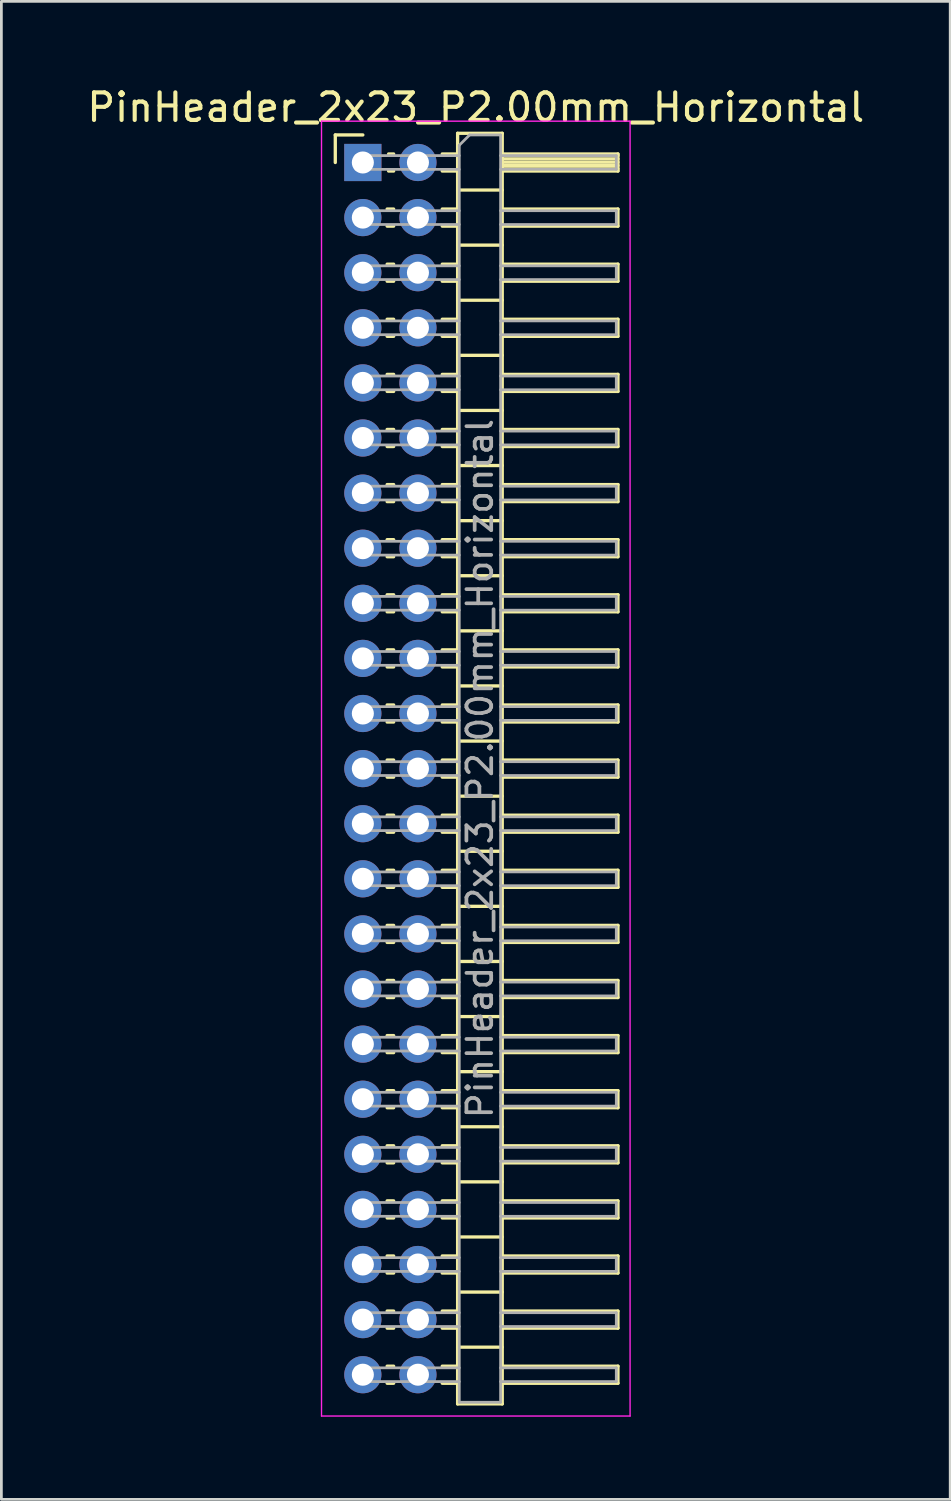
<source format=kicad_pcb>
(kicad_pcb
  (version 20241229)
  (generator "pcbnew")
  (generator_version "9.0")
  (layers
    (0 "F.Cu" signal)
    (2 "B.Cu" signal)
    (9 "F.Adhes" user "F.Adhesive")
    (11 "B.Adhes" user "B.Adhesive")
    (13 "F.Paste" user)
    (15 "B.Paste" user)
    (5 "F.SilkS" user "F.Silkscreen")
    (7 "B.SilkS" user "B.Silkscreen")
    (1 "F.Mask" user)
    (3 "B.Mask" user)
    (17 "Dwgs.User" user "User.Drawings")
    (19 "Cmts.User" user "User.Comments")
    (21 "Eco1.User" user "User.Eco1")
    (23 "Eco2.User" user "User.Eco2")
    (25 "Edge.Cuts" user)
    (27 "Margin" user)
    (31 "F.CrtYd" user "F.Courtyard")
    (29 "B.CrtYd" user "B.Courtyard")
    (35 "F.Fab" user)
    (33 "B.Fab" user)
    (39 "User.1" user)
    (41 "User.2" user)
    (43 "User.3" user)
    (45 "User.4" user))
  (footprint "PinHeader_2x23_P2.00mm_Horizontal"
    (layer "F.Cu")
    (at 10.12 2.848)
    (property "Reference" "PinHeader_2x23_P2.00mm_Horizontal" (at 4.1 -2 0) (layer "F.SilkS") (effects (font (size 1 1) (thickness 0.15))))
    (attr through_hole)
    (fp_line (start -1 -1) (end 0 -1) (stroke (width 0.12) (type solid)) (layer "F.SilkS"))
    (fp_line (start -1 0) (end -1 -1) (stroke (width 0.12) (type solid)) (layer "F.SilkS"))
    (fp_line (start 0.882 1.69) (end 1.118 1.69) (stroke (width 0.12) (type solid)) (layer "F.SilkS"))
    (fp_line (start 0.882 2.31) (end 1.118 2.31) (stroke (width 0.12) (type solid)) (layer "F.SilkS"))
    (fp_line (start 0.882 3.69) (end 1.118 3.69) (stroke (width 0.12) (type solid)) (layer "F.SilkS"))
    (fp_line (start 0.882 4.31) (end 1.118 4.31) (stroke (width 0.12) (type solid)) (layer "F.SilkS"))
    (fp_line (start 0.882 5.69) (end 1.118 5.69) (stroke (width 0.12) (type solid)) (layer "F.SilkS"))
    (fp_line (start 0.882 6.31) (end 1.118 6.31) (stroke (width 0.12) (type solid)) (layer "F.SilkS"))
    (fp_line (start 0.882 7.69) (end 1.118 7.69) (stroke (width 0.12) (type solid)) (layer "F.SilkS"))
    (fp_line (start 0.882 8.31) (end 1.118 8.31) (stroke (width 0.12) (type solid)) (layer "F.SilkS"))
    (fp_line (start 0.882 9.69) (end 1.118 9.69) (stroke (width 0.12) (type solid)) (layer "F.SilkS"))
    (fp_line (start 0.882 10.31) (end 1.118 10.31) (stroke (width 0.12) (type solid)) (layer "F.SilkS"))
    (fp_line (start 0.882 11.69) (end 1.118 11.69) (stroke (width 0.12) (type solid)) (layer "F.SilkS"))
    (fp_line (start 0.882 12.31) (end 1.118 12.31) (stroke (width 0.12) (type solid)) (layer "F.SilkS"))
    (fp_line (start 0.882 13.69) (end 1.118 13.69) (stroke (width 0.12) (type solid)) (layer "F.SilkS"))
    (fp_line (start 0.882 14.31) (end 1.118 14.31) (stroke (width 0.12) (type solid)) (layer "F.SilkS"))
    (fp_line (start 0.882 15.69) (end 1.118 15.69) (stroke (width 0.12) (type solid)) (layer "F.SilkS"))
    (fp_line (start 0.882 16.31) (end 1.118 16.31) (stroke (width 0.12) (type solid)) (layer "F.SilkS"))
    (fp_line (start 0.882 17.69) (end 1.118 17.69) (stroke (width 0.12) (type solid)) (layer "F.SilkS"))
    (fp_line (start 0.882 18.31) (end 1.118 18.31) (stroke (width 0.12) (type solid)) (layer "F.SilkS"))
    (fp_line (start 0.882 19.69) (end 1.118 19.69) (stroke (width 0.12) (type solid)) (layer "F.SilkS"))
    (fp_line (start 0.882 20.31) (end 1.118 20.31) (stroke (width 0.12) (type solid)) (layer "F.SilkS"))
    (fp_line (start 0.882 21.69) (end 1.118 21.69) (stroke (width 0.12) (type solid)) (layer "F.SilkS"))
    (fp_line (start 0.882 22.31) (end 1.118 22.31) (stroke (width 0.12) (type solid)) (layer "F.SilkS"))
    (fp_line (start 0.882 23.69) (end 1.118 23.69) (stroke (width 0.12) (type solid)) (layer "F.SilkS"))
    (fp_line (start 0.882 24.31) (end 1.118 24.31) (stroke (width 0.12) (type solid)) (layer "F.SilkS"))
    (fp_line (start 0.882 25.69) (end 1.118 25.69) (stroke (width 0.12) (type solid)) (layer "F.SilkS"))
    (fp_line (start 0.882 26.31) (end 1.118 26.31) (stroke (width 0.12) (type solid)) (layer "F.SilkS"))
    (fp_line (start 0.882 27.69) (end 1.118 27.69) (stroke (width 0.12) (type solid)) (layer "F.SilkS"))
    (fp_line (start 0.882 28.31) (end 1.118 28.31) (stroke (width 0.12) (type solid)) (layer "F.SilkS"))
    (fp_line (start 0.882 29.69) (end 1.118 29.69) (stroke (width 0.12) (type solid)) (layer "F.SilkS"))
    (fp_line (start 0.882 30.31) (end 1.118 30.31) (stroke (width 0.12) (type solid)) (layer "F.SilkS"))
    (fp_line (start 0.882 31.69) (end 1.118 31.69) (stroke (width 0.12) (type solid)) (layer "F.SilkS"))
    (fp_line (start 0.882 32.31) (end 1.118 32.31) (stroke (width 0.12) (type solid)) (layer "F.SilkS"))
    (fp_line (start 0.882 33.69) (end 1.118 33.69) (stroke (width 0.12) (type solid)) (layer "F.SilkS"))
    (fp_line (start 0.882 34.31) (end 1.118 34.31) (stroke (width 0.12) (type solid)) (layer "F.SilkS"))
    (fp_line (start 0.882 35.69) (end 1.118 35.69) (stroke (width 0.12) (type solid)) (layer "F.SilkS"))
    (fp_line (start 0.882 36.31) (end 1.118 36.31) (stroke (width 0.12) (type solid)) (layer "F.SilkS"))
    (fp_line (start 0.882 37.69) (end 1.118 37.69) (stroke (width 0.12) (type solid)) (layer "F.SilkS"))
    (fp_line (start 0.882 38.31) (end 1.118 38.31) (stroke (width 0.12) (type solid)) (layer "F.SilkS"))
    (fp_line (start 0.882 39.69) (end 1.118 39.69) (stroke (width 0.12) (type solid)) (layer "F.SilkS"))
    (fp_line (start 0.882 40.31) (end 1.118 40.31) (stroke (width 0.12) (type solid)) (layer "F.SilkS"))
    (fp_line (start 0.882 41.69) (end 1.118 41.69) (stroke (width 0.12) (type solid)) (layer "F.SilkS"))
    (fp_line (start 0.882 42.31) (end 1.118 42.31) (stroke (width 0.12) (type solid)) (layer "F.SilkS"))
    (fp_line (start 0.882 43.69) (end 1.118 43.69) (stroke (width 0.12) (type solid)) (layer "F.SilkS"))
    (fp_line (start 0.882 44.31) (end 1.118 44.31) (stroke (width 0.12) (type solid)) (layer "F.SilkS"))
    (fp_line (start 0.935 -0.31) (end 1.118 -0.31) (stroke (width 0.12) (type solid)) (layer "F.SilkS"))
    (fp_line (start 0.935 0.31) (end 1.118 0.31) (stroke (width 0.12) (type solid)) (layer "F.SilkS"))
    (fp_line (start 2.882 -0.31) (end 3.44 -0.31) (stroke (width 0.12) (type solid)) (layer "F.SilkS"))
    (fp_line (start 2.882 0.31) (end 3.44 0.31) (stroke (width 0.12) (type solid)) (layer "F.SilkS"))
    (fp_line (start 2.882 1.69) (end 3.44 1.69) (stroke (width 0.12) (type solid)) (layer "F.SilkS"))
    (fp_line (start 2.882 2.31) (end 3.44 2.31) (stroke (width 0.12) (type solid)) (layer "F.SilkS"))
    (fp_line (start 2.882 3.69) (end 3.44 3.69) (stroke (width 0.12) (type solid)) (layer "F.SilkS"))
    (fp_line (start 2.882 4.31) (end 3.44 4.31) (stroke (width 0.12) (type solid)) (layer "F.SilkS"))
    (fp_line (start 2.882 5.69) (end 3.44 5.69) (stroke (width 0.12) (type solid)) (layer "F.SilkS"))
    (fp_line (start 2.882 6.31) (end 3.44 6.31) (stroke (width 0.12) (type solid)) (layer "F.SilkS"))
    (fp_line (start 2.882 7.69) (end 3.44 7.69) (stroke (width 0.12) (type solid)) (layer "F.SilkS"))
    (fp_line (start 2.882 8.31) (end 3.44 8.31) (stroke (width 0.12) (type solid)) (layer "F.SilkS"))
    (fp_line (start 2.882 9.69) (end 3.44 9.69) (stroke (width 0.12) (type solid)) (layer "F.SilkS"))
    (fp_line (start 2.882 10.31) (end 3.44 10.31) (stroke (width 0.12) (type solid)) (layer "F.SilkS"))
    (fp_line (start 2.882 11.69) (end 3.44 11.69) (stroke (width 0.12) (type solid)) (layer "F.SilkS"))
    (fp_line (start 2.882 12.31) (end 3.44 12.31) (stroke (width 0.12) (type solid)) (layer "F.SilkS"))
    (fp_line (start 2.882 13.69) (end 3.44 13.69) (stroke (width 0.12) (type solid)) (layer "F.SilkS"))
    (fp_line (start 2.882 14.31) (end 3.44 14.31) (stroke (width 0.12) (type solid)) (layer "F.SilkS"))
    (fp_line (start 2.882 15.69) (end 3.44 15.69) (stroke (width 0.12) (type solid)) (layer "F.SilkS"))
    (fp_line (start 2.882 16.31) (end 3.44 16.31) (stroke (width 0.12) (type solid)) (layer "F.SilkS"))
    (fp_line (start 2.882 17.69) (end 3.44 17.69) (stroke (width 0.12) (type solid)) (layer "F.SilkS"))
    (fp_line (start 2.882 18.31) (end 3.44 18.31) (stroke (width 0.12) (type solid)) (layer "F.SilkS"))
    (fp_line (start 2.882 19.69) (end 3.44 19.69) (stroke (width 0.12) (type solid)) (layer "F.SilkS"))
    (fp_line (start 2.882 20.31) (end 3.44 20.31) (stroke (width 0.12) (type solid)) (layer "F.SilkS"))
    (fp_line (start 2.882 21.69) (end 3.44 21.69) (stroke (width 0.12) (type solid)) (layer "F.SilkS"))
    (fp_line (start 2.882 22.31) (end 3.44 22.31) (stroke (width 0.12) (type solid)) (layer "F.SilkS"))
    (fp_line (start 2.882 23.69) (end 3.44 23.69) (stroke (width 0.12) (type solid)) (layer "F.SilkS"))
    (fp_line (start 2.882 24.31) (end 3.44 24.31) (stroke (width 0.12) (type solid)) (layer "F.SilkS"))
    (fp_line (start 2.882 25.69) (end 3.44 25.69) (stroke (width 0.12) (type solid)) (layer "F.SilkS"))
    (fp_line (start 2.882 26.31) (end 3.44 26.31) (stroke (width 0.12) (type solid)) (layer "F.SilkS"))
    (fp_line (start 2.882 27.69) (end 3.44 27.69) (stroke (width 0.12) (type solid)) (layer "F.SilkS"))
    (fp_line (start 2.882 28.31) (end 3.44 28.31) (stroke (width 0.12) (type solid)) (layer "F.SilkS"))
    (fp_line (start 2.882 29.69) (end 3.44 29.69) (stroke (width 0.12) (type solid)) (layer "F.SilkS"))
    (fp_line (start 2.882 30.31) (end 3.44 30.31) (stroke (width 0.12) (type solid)) (layer "F.SilkS"))
    (fp_line (start 2.882 31.69) (end 3.44 31.69) (stroke (width 0.12) (type solid)) (layer "F.SilkS"))
    (fp_line (start 2.882 32.31) (end 3.44 32.31) (stroke (width 0.12) (type solid)) (layer "F.SilkS"))
    (fp_line (start 2.882 33.69) (end 3.44 33.69) (stroke (width 0.12) (type solid)) (layer "F.SilkS"))
    (fp_line (start 2.882 34.31) (end 3.44 34.31) (stroke (width 0.12) (type solid)) (layer "F.SilkS"))
    (fp_line (start 2.882 35.69) (end 3.44 35.69) (stroke (width 0.12) (type solid)) (layer "F.SilkS"))
    (fp_line (start 2.882 36.31) (end 3.44 36.31) (stroke (width 0.12) (type solid)) (layer "F.SilkS"))
    (fp_line (start 2.882 37.69) (end 3.44 37.69) (stroke (width 0.12) (type solid)) (layer "F.SilkS"))
    (fp_line (start 2.882 38.31) (end 3.44 38.31) (stroke (width 0.12) (type solid)) (layer "F.SilkS"))
    (fp_line (start 2.882 39.69) (end 3.44 39.69) (stroke (width 0.12) (type solid)) (layer "F.SilkS"))
    (fp_line (start 2.882 40.31) (end 3.44 40.31) (stroke (width 0.12) (type solid)) (layer "F.SilkS"))
    (fp_line (start 2.882 41.69) (end 3.44 41.69) (stroke (width 0.12) (type solid)) (layer "F.SilkS"))
    (fp_line (start 2.882 42.31) (end 3.44 42.31) (stroke (width 0.12) (type solid)) (layer "F.SilkS"))
    (fp_line (start 2.882 43.69) (end 3.44 43.69) (stroke (width 0.12) (type solid)) (layer "F.SilkS"))
    (fp_line (start 2.882 44.31) (end 3.44 44.31) (stroke (width 0.12) (type solid)) (layer "F.SilkS"))
    (fp_line (start 3.44 -1.06) (end 3.44 45.06) (stroke (width 0.12) (type solid)) (layer "F.SilkS"))
    (fp_line (start 3.44 1) (end 5.06 1) (stroke (width 0.12) (type solid)) (layer "F.SilkS"))
    (fp_line (start 3.44 3) (end 5.06 3) (stroke (width 0.12) (type solid)) (layer "F.SilkS"))
    (fp_line (start 3.44 5) (end 5.06 5) (stroke (width 0.12) (type solid)) (layer "F.SilkS"))
    (fp_line (start 3.44 7) (end 5.06 7) (stroke (width 0.12) (type solid)) (layer "F.SilkS"))
    (fp_line (start 3.44 9) (end 5.06 9) (stroke (width 0.12) (type solid)) (layer "F.SilkS"))
    (fp_line (start 3.44 11) (end 5.06 11) (stroke (width 0.12) (type solid)) (layer "F.SilkS"))
    (fp_line (start 3.44 13) (end 5.06 13) (stroke (width 0.12) (type solid)) (layer "F.SilkS"))
    (fp_line (start 3.44 15) (end 5.06 15) (stroke (width 0.12) (type solid)) (layer "F.SilkS"))
    (fp_line (start 3.44 17) (end 5.06 17) (stroke (width 0.12) (type solid)) (layer "F.SilkS"))
    (fp_line (start 3.44 19) (end 5.06 19) (stroke (width 0.12) (type solid)) (layer "F.SilkS"))
    (fp_line (start 3.44 21) (end 5.06 21) (stroke (width 0.12) (type solid)) (layer "F.SilkS"))
    (fp_line (start 3.44 23) (end 5.06 23) (stroke (width 0.12) (type solid)) (layer "F.SilkS"))
    (fp_line (start 3.44 25) (end 5.06 25) (stroke (width 0.12) (type solid)) (layer "F.SilkS"))
    (fp_line (start 3.44 27) (end 5.06 27) (stroke (width 0.12) (type solid)) (layer "F.SilkS"))
    (fp_line (start 3.44 29) (end 5.06 29) (stroke (width 0.12) (type solid)) (layer "F.SilkS"))
    (fp_line (start 3.44 31) (end 5.06 31) (stroke (width 0.12) (type solid)) (layer "F.SilkS"))
    (fp_line (start 3.44 33) (end 5.06 33) (stroke (width 0.12) (type solid)) (layer "F.SilkS"))
    (fp_line (start 3.44 35) (end 5.06 35) (stroke (width 0.12) (type solid)) (layer "F.SilkS"))
    (fp_line (start 3.44 37) (end 5.06 37) (stroke (width 0.12) (type solid)) (layer "F.SilkS"))
    (fp_line (start 3.44 39) (end 5.06 39) (stroke (width 0.12) (type solid)) (layer "F.SilkS"))
    (fp_line (start 3.44 41) (end 5.06 41) (stroke (width 0.12) (type solid)) (layer "F.SilkS"))
    (fp_line (start 3.44 43) (end 5.06 43) (stroke (width 0.12) (type solid)) (layer "F.SilkS"))
    (fp_line (start 3.44 45.06) (end 5.06 45.06) (stroke (width 0.12) (type solid)) (layer "F.SilkS"))
    (fp_line (start 5.06 -1.06) (end 3.44 -1.06) (stroke (width 0.12) (type solid)) (layer "F.SilkS"))
    (fp_line (start 5.06 -0.31) (end 9.26 -0.31) (stroke (width 0.12) (type solid)) (layer "F.SilkS"))
    (fp_line (start 5.06 -0.25) (end 9.26 -0.25) (stroke (width 0.12) (type solid)) (layer "F.SilkS"))
    (fp_line (start 5.06 -0.13) (end 9.26 -0.13) (stroke (width 0.12) (type solid)) (layer "F.SilkS"))
    (fp_line (start 5.06 -0.01) (end 9.26 -0.01) (stroke (width 0.12) (type solid)) (layer "F.SilkS"))
    (fp_line (start 5.06 0.11) (end 9.26 0.11) (stroke (width 0.12) (type solid)) (layer "F.SilkS"))
    (fp_line (start 5.06 0.23) (end 9.26 0.23) (stroke (width 0.12) (type solid)) (layer "F.SilkS"))
    (fp_line (start 5.06 1.69) (end 9.26 1.69) (stroke (width 0.12) (type solid)) (layer "F.SilkS"))
    (fp_line (start 5.06 3.69) (end 9.26 3.69) (stroke (width 0.12) (type solid)) (layer "F.SilkS"))
    (fp_line (start 5.06 5.69) (end 9.26 5.69) (stroke (width 0.12) (type solid)) (layer "F.SilkS"))
    (fp_line (start 5.06 7.69) (end 9.26 7.69) (stroke (width 0.12) (type solid)) (layer "F.SilkS"))
    (fp_line (start 5.06 9.69) (end 9.26 9.69) (stroke (width 0.12) (type solid)) (layer "F.SilkS"))
    (fp_line (start 5.06 11.69) (end 9.26 11.69) (stroke (width 0.12) (type solid)) (layer "F.SilkS"))
    (fp_line (start 5.06 13.69) (end 9.26 13.69) (stroke (width 0.12) (type solid)) (layer "F.SilkS"))
    (fp_line (start 5.06 15.69) (end 9.26 15.69) (stroke (width 0.12) (type solid)) (layer "F.SilkS"))
    (fp_line (start 5.06 17.69) (end 9.26 17.69) (stroke (width 0.12) (type solid)) (layer "F.SilkS"))
    (fp_line (start 5.06 19.69) (end 9.26 19.69) (stroke (width 0.12) (type solid)) (layer "F.SilkS"))
    (fp_line (start 5.06 21.69) (end 9.26 21.69) (stroke (width 0.12) (type solid)) (layer "F.SilkS"))
    (fp_line (start 5.06 23.69) (end 9.26 23.69) (stroke (width 0.12) (type solid)) (layer "F.SilkS"))
    (fp_line (start 5.06 25.69) (end 9.26 25.69) (stroke (width 0.12) (type solid)) (layer "F.SilkS"))
    (fp_line (start 5.06 27.69) (end 9.26 27.69) (stroke (width 0.12) (type solid)) (layer "F.SilkS"))
    (fp_line (start 5.06 29.69) (end 9.26 29.69) (stroke (width 0.12) (type solid)) (layer "F.SilkS"))
    (fp_line (start 5.06 31.69) (end 9.26 31.69) (stroke (width 0.12) (type solid)) (layer "F.SilkS"))
    (fp_line (start 5.06 33.69) (end 9.26 33.69) (stroke (width 0.12) (type solid)) (layer "F.SilkS"))
    (fp_line (start 5.06 35.69) (end 9.26 35.69) (stroke (width 0.12) (type solid)) (layer "F.SilkS"))
    (fp_line (start 5.06 37.69) (end 9.26 37.69) (stroke (width 0.12) (type solid)) (layer "F.SilkS"))
    (fp_line (start 5.06 39.69) (end 9.26 39.69) (stroke (width 0.12) (type solid)) (layer "F.SilkS"))
    (fp_line (start 5.06 41.69) (end 9.26 41.69) (stroke (width 0.12) (type solid)) (layer "F.SilkS"))
    (fp_line (start 5.06 43.69) (end 9.26 43.69) (stroke (width 0.12) (type solid)) (layer "F.SilkS"))
    (fp_line (start 5.06 45.06) (end 5.06 -1.06) (stroke (width 0.12) (type solid)) (layer "F.SilkS"))
    (fp_line (start 9.26 -0.31) (end 9.26 0.31) (stroke (width 0.12) (type solid)) (layer "F.SilkS"))
    (fp_line (start 9.26 0.31) (end 5.06 0.31) (stroke (width 0.12) (type solid)) (layer "F.SilkS"))
    (fp_line (start 9.26 1.69) (end 9.26 2.31) (stroke (width 0.12) (type solid)) (layer "F.SilkS"))
    (fp_line (start 9.26 2.31) (end 5.06 2.31) (stroke (width 0.12) (type solid)) (layer "F.SilkS"))
    (fp_line (start 9.26 3.69) (end 9.26 4.31) (stroke (width 0.12) (type solid)) (layer "F.SilkS"))
    (fp_line (start 9.26 4.31) (end 5.06 4.31) (stroke (width 0.12) (type solid)) (layer "F.SilkS"))
    (fp_line (start 9.26 5.69) (end 9.26 6.31) (stroke (width 0.12) (type solid)) (layer "F.SilkS"))
    (fp_line (start 9.26 6.31) (end 5.06 6.31) (stroke (width 0.12) (type solid)) (layer "F.SilkS"))
    (fp_line (start 9.26 7.69) (end 9.26 8.31) (stroke (width 0.12) (type solid)) (layer "F.SilkS"))
    (fp_line (start 9.26 8.31) (end 5.06 8.31) (stroke (width 0.12) (type solid)) (layer "F.SilkS"))
    (fp_line (start 9.26 9.69) (end 9.26 10.31) (stroke (width 0.12) (type solid)) (layer "F.SilkS"))
    (fp_line (start 9.26 10.31) (end 5.06 10.31) (stroke (width 0.12) (type solid)) (layer "F.SilkS"))
    (fp_line (start 9.26 11.69) (end 9.26 12.31) (stroke (width 0.12) (type solid)) (layer "F.SilkS"))
    (fp_line (start 9.26 12.31) (end 5.06 12.31) (stroke (width 0.12) (type solid)) (layer "F.SilkS"))
    (fp_line (start 9.26 13.69) (end 9.26 14.31) (stroke (width 0.12) (type solid)) (layer "F.SilkS"))
    (fp_line (start 9.26 14.31) (end 5.06 14.31) (stroke (width 0.12) (type solid)) (layer "F.SilkS"))
    (fp_line (start 9.26 15.69) (end 9.26 16.31) (stroke (width 0.12) (type solid)) (layer "F.SilkS"))
    (fp_line (start 9.26 16.31) (end 5.06 16.31) (stroke (width 0.12) (type solid)) (layer "F.SilkS"))
    (fp_line (start 9.26 17.69) (end 9.26 18.31) (stroke (width 0.12) (type solid)) (layer "F.SilkS"))
    (fp_line (start 9.26 18.31) (end 5.06 18.31) (stroke (width 0.12) (type solid)) (layer "F.SilkS"))
    (fp_line (start 9.26 19.69) (end 9.26 20.31) (stroke (width 0.12) (type solid)) (layer "F.SilkS"))
    (fp_line (start 9.26 20.31) (end 5.06 20.31) (stroke (width 0.12) (type solid)) (layer "F.SilkS"))
    (fp_line (start 9.26 21.69) (end 9.26 22.31) (stroke (width 0.12) (type solid)) (layer "F.SilkS"))
    (fp_line (start 9.26 22.31) (end 5.06 22.31) (stroke (width 0.12) (type solid)) (layer "F.SilkS"))
    (fp_line (start 9.26 23.69) (end 9.26 24.31) (stroke (width 0.12) (type solid)) (layer "F.SilkS"))
    (fp_line (start 9.26 24.31) (end 5.06 24.31) (stroke (width 0.12) (type solid)) (layer "F.SilkS"))
    (fp_line (start 9.26 25.69) (end 9.26 26.31) (stroke (width 0.12) (type solid)) (layer "F.SilkS"))
    (fp_line (start 9.26 26.31) (end 5.06 26.31) (stroke (width 0.12) (type solid)) (layer "F.SilkS"))
    (fp_line (start 9.26 27.69) (end 9.26 28.31) (stroke (width 0.12) (type solid)) (layer "F.SilkS"))
    (fp_line (start 9.26 28.31) (end 5.06 28.31) (stroke (width 0.12) (type solid)) (layer "F.SilkS"))
    (fp_line (start 9.26 29.69) (end 9.26 30.31) (stroke (width 0.12) (type solid)) (layer "F.SilkS"))
    (fp_line (start 9.26 30.31) (end 5.06 30.31) (stroke (width 0.12) (type solid)) (layer "F.SilkS"))
    (fp_line (start 9.26 31.69) (end 9.26 32.31) (stroke (width 0.12) (type solid)) (layer "F.SilkS"))
    (fp_line (start 9.26 32.31) (end 5.06 32.31) (stroke (width 0.12) (type solid)) (layer "F.SilkS"))
    (fp_line (start 9.26 33.69) (end 9.26 34.31) (stroke (width 0.12) (type solid)) (layer "F.SilkS"))
    (fp_line (start 9.26 34.31) (end 5.06 34.31) (stroke (width 0.12) (type solid)) (layer "F.SilkS"))
    (fp_line (start 9.26 35.69) (end 9.26 36.31) (stroke (width 0.12) (type solid)) (layer "F.SilkS"))
    (fp_line (start 9.26 36.31) (end 5.06 36.31) (stroke (width 0.12) (type solid)) (layer "F.SilkS"))
    (fp_line (start 9.26 37.69) (end 9.26 38.31) (stroke (width 0.12) (type solid)) (layer "F.SilkS"))
    (fp_line (start 9.26 38.31) (end 5.06 38.31) (stroke (width 0.12) (type solid)) (layer "F.SilkS"))
    (fp_line (start 9.26 39.69) (end 9.26 40.31) (stroke (width 0.12) (type solid)) (layer "F.SilkS"))
    (fp_line (start 9.26 40.31) (end 5.06 40.31) (stroke (width 0.12) (type solid)) (layer "F.SilkS"))
    (fp_line (start 9.26 41.69) (end 9.26 42.31) (stroke (width 0.12) (type solid)) (layer "F.SilkS"))
    (fp_line (start 9.26 42.31) (end 5.06 42.31) (stroke (width 0.12) (type solid)) (layer "F.SilkS"))
    (fp_line (start 9.26 43.69) (end 9.26 44.31) (stroke (width 0.12) (type solid)) (layer "F.SilkS"))
    (fp_line (start 9.26 44.31) (end 5.06 44.31) (stroke (width 0.12) (type solid)) (layer "F.SilkS"))
    (fp_line (start -1.5 -1.5) (end -1.5 45.5) (stroke (width 0.05) (type solid)) (layer "F.CrtYd"))
    (fp_line (start -1.5 45.5) (end 9.7 45.5) (stroke (width 0.05) (type solid)) (layer "F.CrtYd"))
    (fp_line (start 9.7 -1.5) (end -1.5 -1.5) (stroke (width 0.05) (type solid)) (layer "F.CrtYd"))
    (fp_line (start 9.7 45.5) (end 9.7 -1.5) (stroke (width 0.05) (type solid)) (layer "F.CrtYd"))
    (fp_line (start -0.25 -0.25) (end -0.25 0.25) (stroke (width 0.1) (type solid)) (layer "F.Fab"))
    (fp_line (start -0.25 -0.25) (end 3.5 -0.25) (stroke (width 0.1) (type solid)) (layer "F.Fab"))
    (fp_line (start -0.25 0.25) (end 3.5 0.25) (stroke (width 0.1) (type solid)) (layer "F.Fab"))
    (fp_line (start -0.25 1.75) (end -0.25 2.25) (stroke (width 0.1) (type solid)) (layer "F.Fab"))
    (fp_line (start -0.25 1.75) (end 3.5 1.75) (stroke (width 0.1) (type solid)) (layer "F.Fab"))
    (fp_line (start -0.25 2.25) (end 3.5 2.25) (stroke (width 0.1) (type solid)) (layer "F.Fab"))
    (fp_line (start -0.25 3.75) (end -0.25 4.25) (stroke (width 0.1) (type solid)) (layer "F.Fab"))
    (fp_line (start -0.25 3.75) (end 3.5 3.75) (stroke (width 0.1) (type solid)) (layer "F.Fab"))
    (fp_line (start -0.25 4.25) (end 3.5 4.25) (stroke (width 0.1) (type solid)) (layer "F.Fab"))
    (fp_line (start -0.25 5.75) (end -0.25 6.25) (stroke (width 0.1) (type solid)) (layer "F.Fab"))
    (fp_line (start -0.25 5.75) (end 3.5 5.75) (stroke (width 0.1) (type solid)) (layer "F.Fab"))
    (fp_line (start -0.25 6.25) (end 3.5 6.25) (stroke (width 0.1) (type solid)) (layer "F.Fab"))
    (fp_line (start -0.25 7.75) (end -0.25 8.25) (stroke (width 0.1) (type solid)) (layer "F.Fab"))
    (fp_line (start -0.25 7.75) (end 3.5 7.75) (stroke (width 0.1) (type solid)) (layer "F.Fab"))
    (fp_line (start -0.25 8.25) (end 3.5 8.25) (stroke (width 0.1) (type solid)) (layer "F.Fab"))
    (fp_line (start -0.25 9.75) (end -0.25 10.25) (stroke (width 0.1) (type solid)) (layer "F.Fab"))
    (fp_line (start -0.25 9.75) (end 3.5 9.75) (stroke (width 0.1) (type solid)) (layer "F.Fab"))
    (fp_line (start -0.25 10.25) (end 3.5 10.25) (stroke (width 0.1) (type solid)) (layer "F.Fab"))
    (fp_line (start -0.25 11.75) (end -0.25 12.25) (stroke (width 0.1) (type solid)) (layer "F.Fab"))
    (fp_line (start -0.25 11.75) (end 3.5 11.75) (stroke (width 0.1) (type solid)) (layer "F.Fab"))
    (fp_line (start -0.25 12.25) (end 3.5 12.25) (stroke (width 0.1) (type solid)) (layer "F.Fab"))
    (fp_line (start -0.25 13.75) (end -0.25 14.25) (stroke (width 0.1) (type solid)) (layer "F.Fab"))
    (fp_line (start -0.25 13.75) (end 3.5 13.75) (stroke (width 0.1) (type solid)) (layer "F.Fab"))
    (fp_line (start -0.25 14.25) (end 3.5 14.25) (stroke (width 0.1) (type solid)) (layer "F.Fab"))
    (fp_line (start -0.25 15.75) (end -0.25 16.25) (stroke (width 0.1) (type solid)) (layer "F.Fab"))
    (fp_line (start -0.25 15.75) (end 3.5 15.75) (stroke (width 0.1) (type solid)) (layer "F.Fab"))
    (fp_line (start -0.25 16.25) (end 3.5 16.25) (stroke (width 0.1) (type solid)) (layer "F.Fab"))
    (fp_line (start -0.25 17.75) (end -0.25 18.25) (stroke (width 0.1) (type solid)) (layer "F.Fab"))
    (fp_line (start -0.25 17.75) (end 3.5 17.75) (stroke (width 0.1) (type solid)) (layer "F.Fab"))
    (fp_line (start -0.25 18.25) (end 3.5 18.25) (stroke (width 0.1) (type solid)) (layer "F.Fab"))
    (fp_line (start -0.25 19.75) (end -0.25 20.25) (stroke (width 0.1) (type solid)) (layer "F.Fab"))
    (fp_line (start -0.25 19.75) (end 3.5 19.75) (stroke (width 0.1) (type solid)) (layer "F.Fab"))
    (fp_line (start -0.25 20.25) (end 3.5 20.25) (stroke (width 0.1) (type solid)) (layer "F.Fab"))
    (fp_line (start -0.25 21.75) (end -0.25 22.25) (stroke (width 0.1) (type solid)) (layer "F.Fab"))
    (fp_line (start -0.25 21.75) (end 3.5 21.75) (stroke (width 0.1) (type solid)) (layer "F.Fab"))
    (fp_line (start -0.25 22.25) (end 3.5 22.25) (stroke (width 0.1) (type solid)) (layer "F.Fab"))
    (fp_line (start -0.25 23.75) (end -0.25 24.25) (stroke (width 0.1) (type solid)) (layer "F.Fab"))
    (fp_line (start -0.25 23.75) (end 3.5 23.75) (stroke (width 0.1) (type solid)) (layer "F.Fab"))
    (fp_line (start -0.25 24.25) (end 3.5 24.25) (stroke (width 0.1) (type solid)) (layer "F.Fab"))
    (fp_line (start -0.25 25.75) (end -0.25 26.25) (stroke (width 0.1) (type solid)) (layer "F.Fab"))
    (fp_line (start -0.25 25.75) (end 3.5 25.75) (stroke (width 0.1) (type solid)) (layer "F.Fab"))
    (fp_line (start -0.25 26.25) (end 3.5 26.25) (stroke (width 0.1) (type solid)) (layer "F.Fab"))
    (fp_line (start -0.25 27.75) (end -0.25 28.25) (stroke (width 0.1) (type solid)) (layer "F.Fab"))
    (fp_line (start -0.25 27.75) (end 3.5 27.75) (stroke (width 0.1) (type solid)) (layer "F.Fab"))
    (fp_line (start -0.25 28.25) (end 3.5 28.25) (stroke (width 0.1) (type solid)) (layer "F.Fab"))
    (fp_line (start -0.25 29.75) (end -0.25 30.25) (stroke (width 0.1) (type solid)) (layer "F.Fab"))
    (fp_line (start -0.25 29.75) (end 3.5 29.75) (stroke (width 0.1) (type solid)) (layer "F.Fab"))
    (fp_line (start -0.25 30.25) (end 3.5 30.25) (stroke (width 0.1) (type solid)) (layer "F.Fab"))
    (fp_line (start -0.25 31.75) (end -0.25 32.25) (stroke (width 0.1) (type solid)) (layer "F.Fab"))
    (fp_line (start -0.25 31.75) (end 3.5 31.75) (stroke (width 0.1) (type solid)) (layer "F.Fab"))
    (fp_line (start -0.25 32.25) (end 3.5 32.25) (stroke (width 0.1) (type solid)) (layer "F.Fab"))
    (fp_line (start -0.25 33.75) (end -0.25 34.25) (stroke (width 0.1) (type solid)) (layer "F.Fab"))
    (fp_line (start -0.25 33.75) (end 3.5 33.75) (stroke (width 0.1) (type solid)) (layer "F.Fab"))
    (fp_line (start -0.25 34.25) (end 3.5 34.25) (stroke (width 0.1) (type solid)) (layer "F.Fab"))
    (fp_line (start -0.25 35.75) (end -0.25 36.25) (stroke (width 0.1) (type solid)) (layer "F.Fab"))
    (fp_line (start -0.25 35.75) (end 3.5 35.75) (stroke (width 0.1) (type solid)) (layer "F.Fab"))
    (fp_line (start -0.25 36.25) (end 3.5 36.25) (stroke (width 0.1) (type solid)) (layer "F.Fab"))
    (fp_line (start -0.25 37.75) (end -0.25 38.25) (stroke (width 0.1) (type solid)) (layer "F.Fab"))
    (fp_line (start -0.25 37.75) (end 3.5 37.75) (stroke (width 0.1) (type solid)) (layer "F.Fab"))
    (fp_line (start -0.25 38.25) (end 3.5 38.25) (stroke (width 0.1) (type solid)) (layer "F.Fab"))
    (fp_line (start -0.25 39.75) (end -0.25 40.25) (stroke (width 0.1) (type solid)) (layer "F.Fab"))
    (fp_line (start -0.25 39.75) (end 3.5 39.75) (stroke (width 0.1) (type solid)) (layer "F.Fab"))
    (fp_line (start -0.25 40.25) (end 3.5 40.25) (stroke (width 0.1) (type solid)) (layer "F.Fab"))
    (fp_line (start -0.25 41.75) (end -0.25 42.25) (stroke (width 0.1) (type solid)) (layer "F.Fab"))
    (fp_line (start -0.25 41.75) (end 3.5 41.75) (stroke (width 0.1) (type solid)) (layer "F.Fab"))
    (fp_line (start -0.25 42.25) (end 3.5 42.25) (stroke (width 0.1) (type solid)) (layer "F.Fab"))
    (fp_line (start -0.25 43.75) (end -0.25 44.25) (stroke (width 0.1) (type solid)) (layer "F.Fab"))
    (fp_line (start -0.25 43.75) (end 3.5 43.75) (stroke (width 0.1) (type solid)) (layer "F.Fab"))
    (fp_line (start -0.25 44.25) (end 3.5 44.25) (stroke (width 0.1) (type solid)) (layer "F.Fab"))
    (fp_line (start 3.5 -0.625) (end 3.875 -1) (stroke (width 0.1) (type solid)) (layer "F.Fab"))
    (fp_line (start 3.5 45) (end 3.5 -0.625) (stroke (width 0.1) (type solid)) (layer "F.Fab"))
    (fp_line (start 3.875 -1) (end 5 -1) (stroke (width 0.1) (type solid)) (layer "F.Fab"))
    (fp_line (start 5 -1) (end 5 45) (stroke (width 0.1) (type solid)) (layer "F.Fab"))
    (fp_line (start 5 -0.25) (end 9.2 -0.25) (stroke (width 0.1) (type solid)) (layer "F.Fab"))
    (fp_line (start 5 0.25) (end 9.2 0.25) (stroke (width 0.1) (type solid)) (layer "F.Fab"))
    (fp_line (start 5 1.75) (end 9.2 1.75) (stroke (width 0.1) (type solid)) (layer "F.Fab"))
    (fp_line (start 5 2.25) (end 9.2 2.25) (stroke (width 0.1) (type solid)) (layer "F.Fab"))
    (fp_line (start 5 3.75) (end 9.2 3.75) (stroke (width 0.1) (type solid)) (layer "F.Fab"))
    (fp_line (start 5 4.25) (end 9.2 4.25) (stroke (width 0.1) (type solid)) (layer "F.Fab"))
    (fp_line (start 5 5.75) (end 9.2 5.75) (stroke (width 0.1) (type solid)) (layer "F.Fab"))
    (fp_line (start 5 6.25) (end 9.2 6.25) (stroke (width 0.1) (type solid)) (layer "F.Fab"))
    (fp_line (start 5 7.75) (end 9.2 7.75) (stroke (width 0.1) (type solid)) (layer "F.Fab"))
    (fp_line (start 5 8.25) (end 9.2 8.25) (stroke (width 0.1) (type solid)) (layer "F.Fab"))
    (fp_line (start 5 9.75) (end 9.2 9.75) (stroke (width 0.1) (type solid)) (layer "F.Fab"))
    (fp_line (start 5 10.25) (end 9.2 10.25) (stroke (width 0.1) (type solid)) (layer "F.Fab"))
    (fp_line (start 5 11.75) (end 9.2 11.75) (stroke (width 0.1) (type solid)) (layer "F.Fab"))
    (fp_line (start 5 12.25) (end 9.2 12.25) (stroke (width 0.1) (type solid)) (layer "F.Fab"))
    (fp_line (start 5 13.75) (end 9.2 13.75) (stroke (width 0.1) (type solid)) (layer "F.Fab"))
    (fp_line (start 5 14.25) (end 9.2 14.25) (stroke (width 0.1) (type solid)) (layer "F.Fab"))
    (fp_line (start 5 15.75) (end 9.2 15.75) (stroke (width 0.1) (type solid)) (layer "F.Fab"))
    (fp_line (start 5 16.25) (end 9.2 16.25) (stroke (width 0.1) (type solid)) (layer "F.Fab"))
    (fp_line (start 5 17.75) (end 9.2 17.75) (stroke (width 0.1) (type solid)) (layer "F.Fab"))
    (fp_line (start 5 18.25) (end 9.2 18.25) (stroke (width 0.1) (type solid)) (layer "F.Fab"))
    (fp_line (start 5 19.75) (end 9.2 19.75) (stroke (width 0.1) (type solid)) (layer "F.Fab"))
    (fp_line (start 5 20.25) (end 9.2 20.25) (stroke (width 0.1) (type solid)) (layer "F.Fab"))
    (fp_line (start 5 21.75) (end 9.2 21.75) (stroke (width 0.1) (type solid)) (layer "F.Fab"))
    (fp_line (start 5 22.25) (end 9.2 22.25) (stroke (width 0.1) (type solid)) (layer "F.Fab"))
    (fp_line (start 5 23.75) (end 9.2 23.75) (stroke (width 0.1) (type solid)) (layer "F.Fab"))
    (fp_line (start 5 24.25) (end 9.2 24.25) (stroke (width 0.1) (type solid)) (layer "F.Fab"))
    (fp_line (start 5 25.75) (end 9.2 25.75) (stroke (width 0.1) (type solid)) (layer "F.Fab"))
    (fp_line (start 5 26.25) (end 9.2 26.25) (stroke (width 0.1) (type solid)) (layer "F.Fab"))
    (fp_line (start 5 27.75) (end 9.2 27.75) (stroke (width 0.1) (type solid)) (layer "F.Fab"))
    (fp_line (start 5 28.25) (end 9.2 28.25) (stroke (width 0.1) (type solid)) (layer "F.Fab"))
    (fp_line (start 5 29.75) (end 9.2 29.75) (stroke (width 0.1) (type solid)) (layer "F.Fab"))
    (fp_line (start 5 30.25) (end 9.2 30.25) (stroke (width 0.1) (type solid)) (layer "F.Fab"))
    (fp_line (start 5 31.75) (end 9.2 31.75) (stroke (width 0.1) (type solid)) (layer "F.Fab"))
    (fp_line (start 5 32.25) (end 9.2 32.25) (stroke (width 0.1) (type solid)) (layer "F.Fab"))
    (fp_line (start 5 33.75) (end 9.2 33.75) (stroke (width 0.1) (type solid)) (layer "F.Fab"))
    (fp_line (start 5 34.25) (end 9.2 34.25) (stroke (width 0.1) (type solid)) (layer "F.Fab"))
    (fp_line (start 5 35.75) (end 9.2 35.75) (stroke (width 0.1) (type solid)) (layer "F.Fab"))
    (fp_line (start 5 36.25) (end 9.2 36.25) (stroke (width 0.1) (type solid)) (layer "F.Fab"))
    (fp_line (start 5 37.75) (end 9.2 37.75) (stroke (width 0.1) (type solid)) (layer "F.Fab"))
    (fp_line (start 5 38.25) (end 9.2 38.25) (stroke (width 0.1) (type solid)) (layer "F.Fab"))
    (fp_line (start 5 39.75) (end 9.2 39.75) (stroke (width 0.1) (type solid)) (layer "F.Fab"))
    (fp_line (start 5 40.25) (end 9.2 40.25) (stroke (width 0.1) (type solid)) (layer "F.Fab"))
    (fp_line (start 5 41.75) (end 9.2 41.75) (stroke (width 0.1) (type solid)) (layer "F.Fab"))
    (fp_line (start 5 42.25) (end 9.2 42.25) (stroke (width 0.1) (type solid)) (layer "F.Fab"))
    (fp_line (start 5 43.75) (end 9.2 43.75) (stroke (width 0.1) (type solid)) (layer "F.Fab"))
    (fp_line (start 5 44.25) (end 9.2 44.25) (stroke (width 0.1) (type solid)) (layer "F.Fab"))
    (fp_line (start 5 45) (end 3.5 45) (stroke (width 0.1) (type solid)) (layer "F.Fab"))
    (fp_line (start 9.2 -0.25) (end 9.2 0.25) (stroke (width 0.1) (type solid)) (layer "F.Fab"))
    (fp_line (start 9.2 1.75) (end 9.2 2.25) (stroke (width 0.1) (type solid)) (layer "F.Fab"))
    (fp_line (start 9.2 3.75) (end 9.2 4.25) (stroke (width 0.1) (type solid)) (layer "F.Fab"))
    (fp_line (start 9.2 5.75) (end 9.2 6.25) (stroke (width 0.1) (type solid)) (layer "F.Fab"))
    (fp_line (start 9.2 7.75) (end 9.2 8.25) (stroke (width 0.1) (type solid)) (layer "F.Fab"))
    (fp_line (start 9.2 9.75) (end 9.2 10.25) (stroke (width 0.1) (type solid)) (layer "F.Fab"))
    (fp_line (start 9.2 11.75) (end 9.2 12.25) (stroke (width 0.1) (type solid)) (layer "F.Fab"))
    (fp_line (start 9.2 13.75) (end 9.2 14.25) (stroke (width 0.1) (type solid)) (layer "F.Fab"))
    (fp_line (start 9.2 15.75) (end 9.2 16.25) (stroke (width 0.1) (type solid)) (layer "F.Fab"))
    (fp_line (start 9.2 17.75) (end 9.2 18.25) (stroke (width 0.1) (type solid)) (layer "F.Fab"))
    (fp_line (start 9.2 19.75) (end 9.2 20.25) (stroke (width 0.1) (type solid)) (layer "F.Fab"))
    (fp_line (start 9.2 21.75) (end 9.2 22.25) (stroke (width 0.1) (type solid)) (layer "F.Fab"))
    (fp_line (start 9.2 23.75) (end 9.2 24.25) (stroke (width 0.1) (type solid)) (layer "F.Fab"))
    (fp_line (start 9.2 25.75) (end 9.2 26.25) (stroke (width 0.1) (type solid)) (layer "F.Fab"))
    (fp_line (start 9.2 27.75) (end 9.2 28.25) (stroke (width 0.1) (type solid)) (layer "F.Fab"))
    (fp_line (start 9.2 29.75) (end 9.2 30.25) (stroke (width 0.1) (type solid)) (layer "F.Fab"))
    (fp_line (start 9.2 31.75) (end 9.2 32.25) (stroke (width 0.1) (type solid)) (layer "F.Fab"))
    (fp_line (start 9.2 33.75) (end 9.2 34.25) (stroke (width 0.1) (type solid)) (layer "F.Fab"))
    (fp_line (start 9.2 35.75) (end 9.2 36.25) (stroke (width 0.1) (type solid)) (layer "F.Fab"))
    (fp_line (start 9.2 37.75) (end 9.2 38.25) (stroke (width 0.1) (type solid)) (layer "F.Fab"))
    (fp_line (start 9.2 39.75) (end 9.2 40.25) (stroke (width 0.1) (type solid)) (layer "F.Fab"))
    (fp_line (start 9.2 41.75) (end 9.2 42.25) (stroke (width 0.1) (type solid)) (layer "F.Fab"))
    (fp_line (start 9.2 43.75) (end 9.2 44.25) (stroke (width 0.1) (type solid)) (layer "F.Fab"))
    (fp_text user "${REFERENCE}" (at 4.25 22 90) (layer "F.Fab") (effects (font (size 0.9 0.9) (thickness 0.135))))
    (pad "1" thru_hole rect (at 0 0) (size 1.35 1.35) (drill 0.8) (layers "*.Cu" "*.Mask"))
    (pad "2" thru_hole oval (at 2 0) (size 1.35 1.35) (drill 0.8) (layers "*.Cu" "*.Mask"))
    (pad "3" thru_hole oval (at 0 2) (size 1.35 1.35) (drill 0.8) (layers "*.Cu" "*.Mask"))
    (pad "4" thru_hole oval (at 2 2) (size 1.35 1.35) (drill 0.8) (layers "*.Cu" "*.Mask"))
    (pad "5" thru_hole oval (at 0 4) (size 1.35 1.35) (drill 0.8) (layers "*.Cu" "*.Mask"))
    (pad "6" thru_hole oval (at 2 4) (size 1.35 1.35) (drill 0.8) (layers "*.Cu" "*.Mask"))
    (pad "7" thru_hole oval (at 0 6) (size 1.35 1.35) (drill 0.8) (layers "*.Cu" "*.Mask"))
    (pad "8" thru_hole oval (at 2 6) (size 1.35 1.35) (drill 0.8) (layers "*.Cu" "*.Mask"))
    (pad "9" thru_hole oval (at 0 8) (size 1.35 1.35) (drill 0.8) (layers "*.Cu" "*.Mask"))
    (pad "10" thru_hole oval (at 2 8) (size 1.35 1.35) (drill 0.8) (layers "*.Cu" "*.Mask"))
    (pad "11" thru_hole oval (at 0 10) (size 1.35 1.35) (drill 0.8) (layers "*.Cu" "*.Mask"))
    (pad "12" thru_hole oval (at 2 10) (size 1.35 1.35) (drill 0.8) (layers "*.Cu" "*.Mask"))
    (pad "13" thru_hole oval (at 0 12) (size 1.35 1.35) (drill 0.8) (layers "*.Cu" "*.Mask"))
    (pad "14" thru_hole oval (at 2 12) (size 1.35 1.35) (drill 0.8) (layers "*.Cu" "*.Mask"))
    (pad "15" thru_hole oval (at 0 14) (size 1.35 1.35) (drill 0.8) (layers "*.Cu" "*.Mask"))
    (pad "16" thru_hole oval (at 2 14) (size 1.35 1.35) (drill 0.8) (layers "*.Cu" "*.Mask"))
    (pad "17" thru_hole oval (at 0 16) (size 1.35 1.35) (drill 0.8) (layers "*.Cu" "*.Mask"))
    (pad "18" thru_hole oval (at 2 16) (size 1.35 1.35) (drill 0.8) (layers "*.Cu" "*.Mask"))
    (pad "19" thru_hole oval (at 0 18) (size 1.35 1.35) (drill 0.8) (layers "*.Cu" "*.Mask"))
    (pad "20" thru_hole oval (at 2 18) (size 1.35 1.35) (drill 0.8) (layers "*.Cu" "*.Mask"))
    (pad "21" thru_hole oval (at 0 20) (size 1.35 1.35) (drill 0.8) (layers "*.Cu" "*.Mask"))
    (pad "22" thru_hole oval (at 2 20) (size 1.35 1.35) (drill 0.8) (layers "*.Cu" "*.Mask"))
    (pad "23" thru_hole oval (at 0 22) (size 1.35 1.35) (drill 0.8) (layers "*.Cu" "*.Mask"))
    (pad "24" thru_hole oval (at 2 22) (size 1.35 1.35) (drill 0.8) (layers "*.Cu" "*.Mask"))
    (pad "25" thru_hole oval (at 0 24) (size 1.35 1.35) (drill 0.8) (layers "*.Cu" "*.Mask"))
    (pad "26" thru_hole oval (at 2 24) (size 1.35 1.35) (drill 0.8) (layers "*.Cu" "*.Mask"))
    (pad "27" thru_hole oval (at 0 26) (size 1.35 1.35) (drill 0.8) (layers "*.Cu" "*.Mask"))
    (pad "28" thru_hole oval (at 2 26) (size 1.35 1.35) (drill 0.8) (layers "*.Cu" "*.Mask"))
    (pad "29" thru_hole oval (at 0 28) (size 1.35 1.35) (drill 0.8) (layers "*.Cu" "*.Mask"))
    (pad "30" thru_hole oval (at 2 28) (size 1.35 1.35) (drill 0.8) (layers "*.Cu" "*.Mask"))
    (pad "31" thru_hole oval (at 0 30) (size 1.35 1.35) (drill 0.8) (layers "*.Cu" "*.Mask"))
    (pad "32" thru_hole oval (at 2 30) (size 1.35 1.35) (drill 0.8) (layers "*.Cu" "*.Mask"))
    (pad "33" thru_hole oval (at 0 32) (size 1.35 1.35) (drill 0.8) (layers "*.Cu" "*.Mask"))
    (pad "34" thru_hole oval (at 2 32) (size 1.35 1.35) (drill 0.8) (layers "*.Cu" "*.Mask"))
    (pad "35" thru_hole oval (at 0 34) (size 1.35 1.35) (drill 0.8) (layers "*.Cu" "*.Mask"))
    (pad "36" thru_hole oval (at 2 34) (size 1.35 1.35) (drill 0.8) (layers "*.Cu" "*.Mask"))
    (pad "37" thru_hole oval (at 0 36) (size 1.35 1.35) (drill 0.8) (layers "*.Cu" "*.Mask"))
    (pad "38" thru_hole oval (at 2 36) (size 1.35 1.35) (drill 0.8) (layers "*.Cu" "*.Mask"))
    (pad "39" thru_hole oval (at 0 38) (size 1.35 1.35) (drill 0.8) (layers "*.Cu" "*.Mask"))
    (pad "40" thru_hole oval (at 2 38) (size 1.35 1.35) (drill 0.8) (layers "*.Cu" "*.Mask"))
    (pad "41" thru_hole oval (at 0 40) (size 1.35 1.35) (drill 0.8) (layers "*.Cu" "*.Mask"))
    (pad "42" thru_hole oval (at 2 40) (size 1.35 1.35) (drill 0.8) (layers "*.Cu" "*.Mask"))
    (pad "43" thru_hole oval (at 0 42) (size 1.35 1.35) (drill 0.8) (layers "*.Cu" "*.Mask"))
    (pad "44" thru_hole oval (at 2 42) (size 1.35 1.35) (drill 0.8) (layers "*.Cu" "*.Mask"))
    (pad "45" thru_hole oval (at 0 44) (size 1.35 1.35) (drill 0.8) (layers "*.Cu" "*.Mask"))
    (pad "46" thru_hole oval (at 2 44) (size 1.35 1.35) (drill 0.8) (layers "*.Cu" "*.Mask")))
  (gr_rect
    (start -3 -3)
    (end 31.44 51.373)
    (stroke (width 0.1) (type default))
    (fill no)
    (layer "Edge.Cuts")))
</source>
